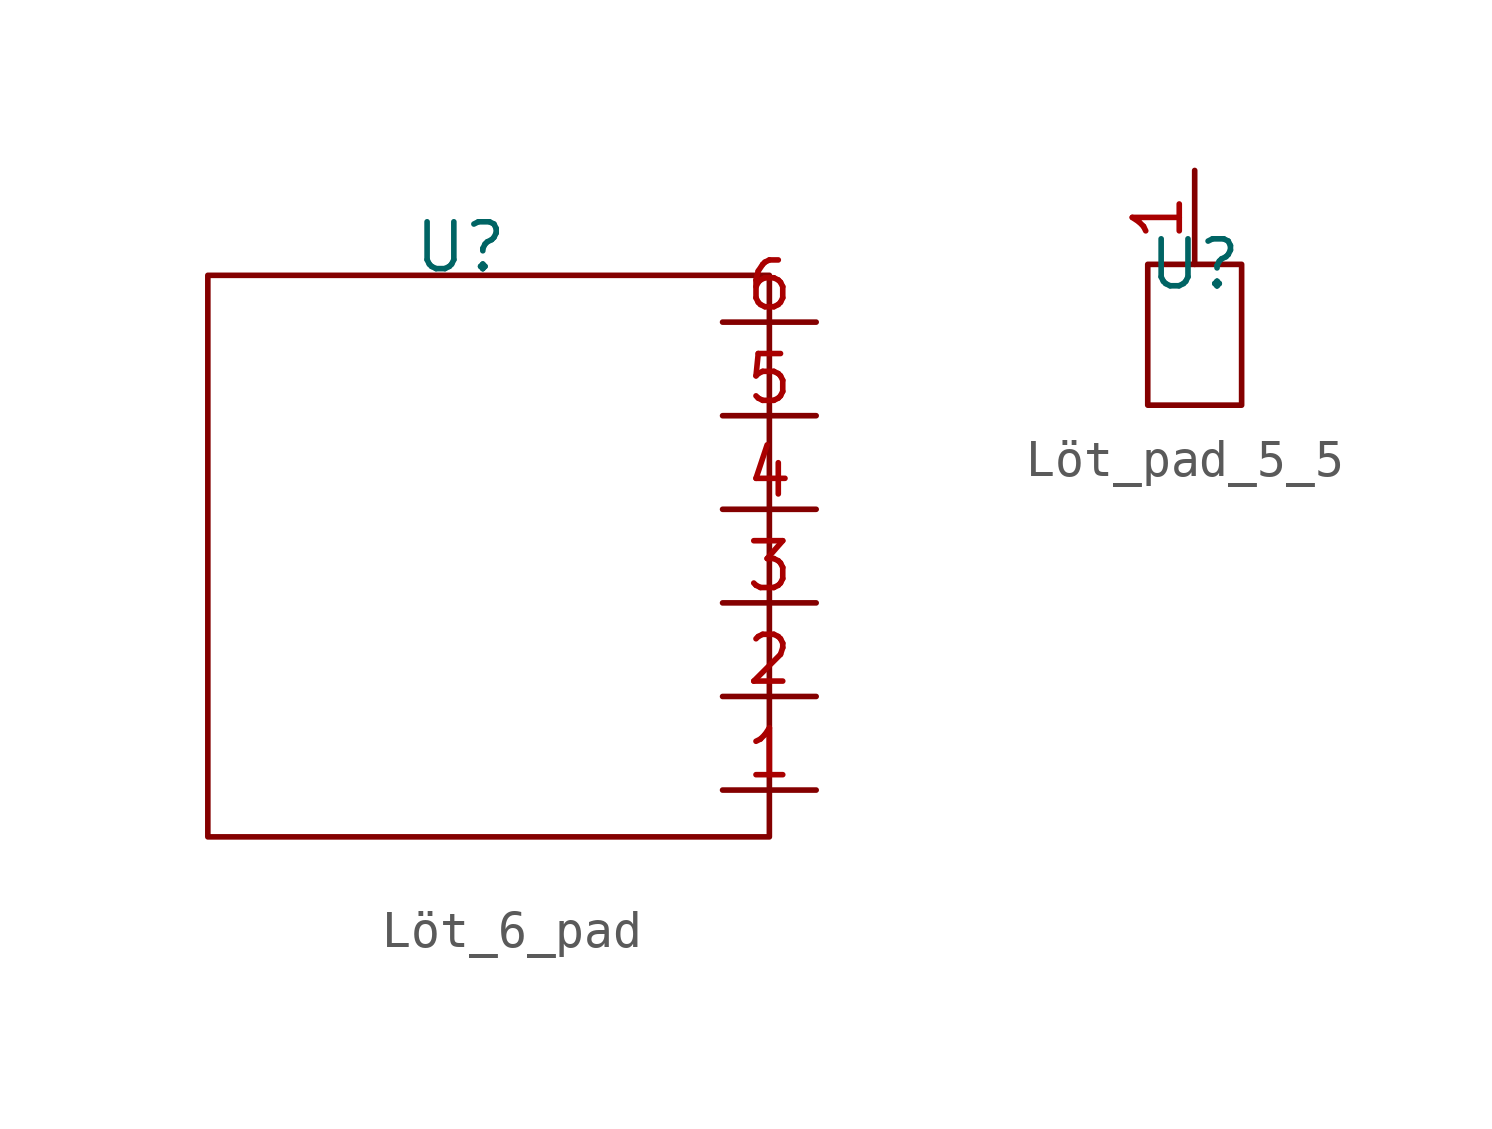
<source format=kicad_sym>
(kicad_symbol_lib
  (version 20231120)
  (generator "kicad_symbol_editor")
  (generator_version "8.0")
  (symbol "Löt_6_pad"
    (property "Reference" "U"
      (at -7.112 2.032 0)
      (effects (font (size 1.27 1.27))))
    (property "Value" ""
      (at 0 0 0)
      (effects (font (size 1.27 1.27))))
    (symbol "Löt_6_pad_0_0"
      (pin input line (at 0 -12.7 0) (length 2.54) (name "" (effects (font (size 1.27 1.27)))) (number "1" (effects (font (size 1.27 1.27)))))
      (pin input line (at 0 -10.16 0) (length 2.54) (name "" (effects (font (size 1.27 1.27)))) (number "2" (effects (font (size 1.27 1.27)))))
      (pin input line (at 0 -7.62 0) (length 2.54) (name "" (effects (font (size 1.27 1.27)))) (number "3" (effects (font (size 1.27 1.27)))))
      (pin input line (at 0 -5.08 0) (length 2.54) (name "" (effects (font (size 1.27 1.27)))) (number "4" (effects (font (size 1.27 1.27)))))
      (pin input line (at 0 -2.54 0) (length 2.54) (name "" (effects (font (size 1.27 1.27)))) (number "5" (effects (font (size 1.27 1.27)))))
      (pin input line (at 0 0 0) (length 2.54) (name "" (effects (font (size 1.27 1.27)))) (number "6" (effects (font (size 1.27 1.27))))))
    (symbol "Löt_6_pad_0_1"
      (rectangle (start -13.97 1.27) (end 1.27 -13.97) (stroke (width 0) (type default)) (fill (type none)))))
  (symbol "Löt_pad_5_5"
    (property "Reference" "U"
      (at 0 0 0)
      (effects (font (size 1.27 1.27))))
    (property "Value" ""
      (at 0 0 0)
      (effects (font (size 1.27 1.27))))
    (symbol "Löt_pad_5_5_0_0"
      (pin power_in line (at 0 0 90) (length 2.54) (name "" (effects (font (size 1.27 1.27)))) (number "1" (effects (font (size 1.27 1.27))))))
    (symbol "Löt_pad_5_5_0_1"
      (rectangle (start -1.27 0) (end 1.27 -3.81) (stroke (width 0) (type default)) (fill (type none))))))
</source>
